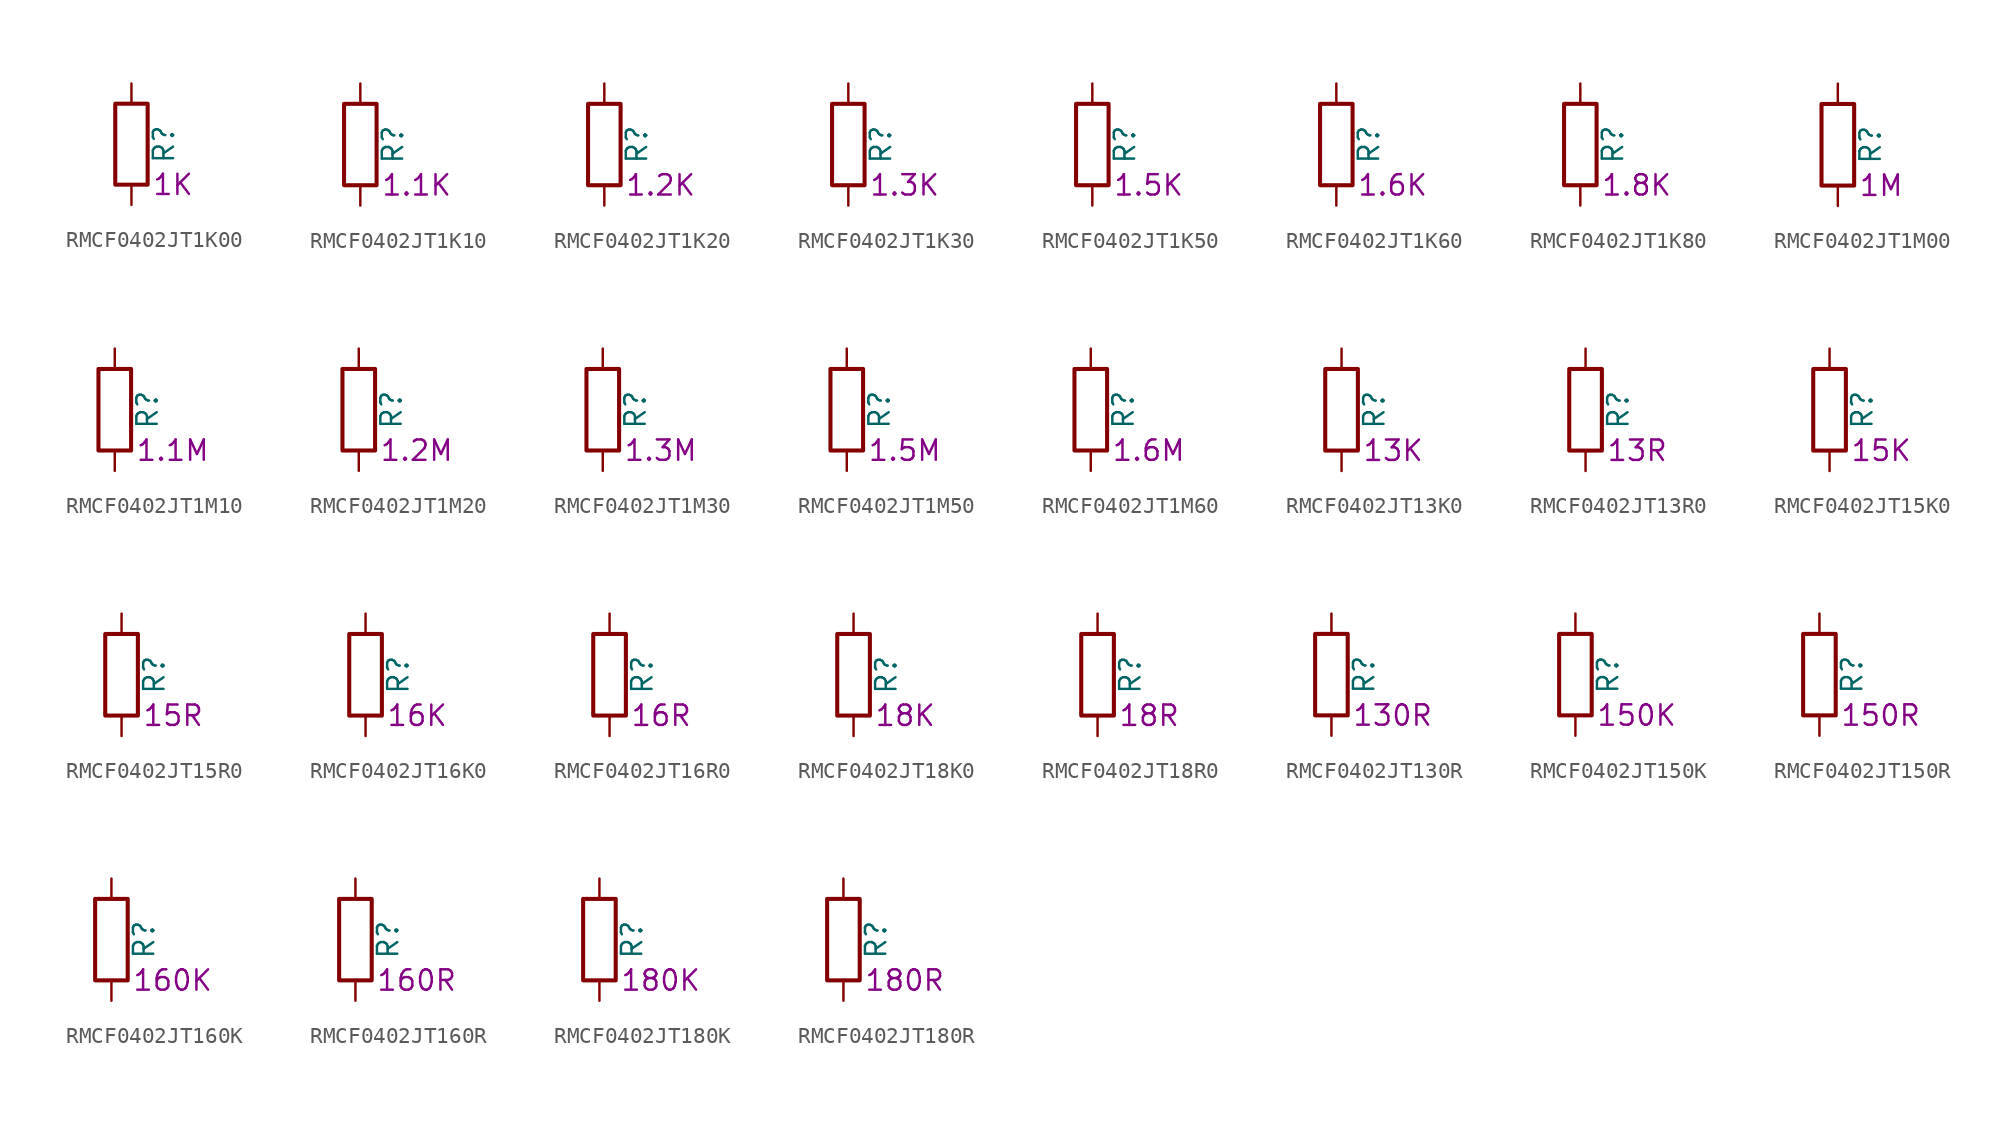
<source format=kicad_sym>
(kicad_symbol_lib
  (version 20220914)
  (generator kicad_symbol_editor)
  (symbol "RMCF0402JT1K00"
    (pin_numbers hide)
    (pin_names
      (offset 0))
    (property "Reference" "R"
      (at 2.032 0 90)
      (effects (font (size 1.27 1.27))))
    (property "Resistance" "1K"
      (at 1.27 -2.54 0)
      (effects (font (size 1.27 1.27)) (justify left)))
    (symbol "RMCF0402JT1K00_0_1"
      (rectangle (start -1.016 -2.54) (end 1.016 2.54) (stroke (width 0.254) (type default)) (fill (type none))))
    (symbol "RMCF0402JT1K00_1_1"
      (pin passive line (at 0 3.81 270) (length 1.27) (name "~" (effects (font (size 1.27 1.27)))) (number "1" (effects (font (size 1.27 1.27)))))
      (pin passive line (at 0 -3.81 90) (length 1.27) (name "~" (effects (font (size 1.27 1.27)))) (number "2" (effects (font (size 1.27 1.27)))))))
  (symbol "RMCF0402JT1K10"
    (pin_numbers hide)
    (pin_names
      (offset 0))
    (property "Reference" "R"
      (at 2.032 0 90)
      (effects (font (size 1.27 1.27))))
    (property "Resistance" "1.1K"
      (at 1.27 -2.54 0)
      (effects (font (size 1.27 1.27)) (justify left)))
    (symbol "RMCF0402JT1K10_0_1"
      (rectangle (start -1.016 -2.54) (end 1.016 2.54) (stroke (width 0.254) (type default)) (fill (type none))))
    (symbol "RMCF0402JT1K10_1_1"
      (pin passive line (at 0 3.81 270) (length 1.27) (name "~" (effects (font (size 1.27 1.27)))) (number "1" (effects (font (size 1.27 1.27)))))
      (pin passive line (at 0 -3.81 90) (length 1.27) (name "~" (effects (font (size 1.27 1.27)))) (number "2" (effects (font (size 1.27 1.27)))))))
  (symbol "RMCF0402JT1K20"
    (pin_numbers hide)
    (pin_names
      (offset 0))
    (property "Reference" "R"
      (at 2.032 0 90)
      (effects (font (size 1.27 1.27))))
    (property "Resistance" "1.2K"
      (at 1.27 -2.54 0)
      (effects (font (size 1.27 1.27)) (justify left)))
    (symbol "RMCF0402JT1K20_0_1"
      (rectangle (start -1.016 -2.54) (end 1.016 2.54) (stroke (width 0.254) (type default)) (fill (type none))))
    (symbol "RMCF0402JT1K20_1_1"
      (pin passive line (at 0 3.81 270) (length 1.27) (name "~" (effects (font (size 1.27 1.27)))) (number "1" (effects (font (size 1.27 1.27)))))
      (pin passive line (at 0 -3.81 90) (length 1.27) (name "~" (effects (font (size 1.27 1.27)))) (number "2" (effects (font (size 1.27 1.27)))))))
  (symbol "RMCF0402JT1K30"
    (pin_numbers hide)
    (pin_names
      (offset 0))
    (property "Reference" "R"
      (at 2.032 0 90)
      (effects (font (size 1.27 1.27))))
    (property "Resistance" "1.3K"
      (at 1.27 -2.54 0)
      (effects (font (size 1.27 1.27)) (justify left)))
    (symbol "RMCF0402JT1K30_0_1"
      (rectangle (start -1.016 -2.54) (end 1.016 2.54) (stroke (width 0.254) (type default)) (fill (type none))))
    (symbol "RMCF0402JT1K30_1_1"
      (pin passive line (at 0 3.81 270) (length 1.27) (name "~" (effects (font (size 1.27 1.27)))) (number "1" (effects (font (size 1.27 1.27)))))
      (pin passive line (at 0 -3.81 90) (length 1.27) (name "~" (effects (font (size 1.27 1.27)))) (number "2" (effects (font (size 1.27 1.27)))))))
  (symbol "RMCF0402JT1K50"
    (pin_numbers hide)
    (pin_names
      (offset 0))
    (property "Reference" "R"
      (at 2.032 0 90)
      (effects (font (size 1.27 1.27))))
    (property "Resistance" "1.5K"
      (at 1.27 -2.54 0)
      (effects (font (size 1.27 1.27)) (justify left)))
    (symbol "RMCF0402JT1K50_0_1"
      (rectangle (start -1.016 -2.54) (end 1.016 2.54) (stroke (width 0.254) (type default)) (fill (type none))))
    (symbol "RMCF0402JT1K50_1_1"
      (pin passive line (at 0 3.81 270) (length 1.27) (name "~" (effects (font (size 1.27 1.27)))) (number "1" (effects (font (size 1.27 1.27)))))
      (pin passive line (at 0 -3.81 90) (length 1.27) (name "~" (effects (font (size 1.27 1.27)))) (number "2" (effects (font (size 1.27 1.27)))))))
  (symbol "RMCF0402JT1K60"
    (pin_numbers hide)
    (pin_names
      (offset 0))
    (property "Reference" "R"
      (at 2.032 0 90)
      (effects (font (size 1.27 1.27))))
    (property "Resistance" "1.6K"
      (at 1.27 -2.54 0)
      (effects (font (size 1.27 1.27)) (justify left)))
    (symbol "RMCF0402JT1K60_0_1"
      (rectangle (start -1.016 -2.54) (end 1.016 2.54) (stroke (width 0.254) (type default)) (fill (type none))))
    (symbol "RMCF0402JT1K60_1_1"
      (pin passive line (at 0 3.81 270) (length 1.27) (name "~" (effects (font (size 1.27 1.27)))) (number "1" (effects (font (size 1.27 1.27)))))
      (pin passive line (at 0 -3.81 90) (length 1.27) (name "~" (effects (font (size 1.27 1.27)))) (number "2" (effects (font (size 1.27 1.27)))))))
  (symbol "RMCF0402JT1K80"
    (pin_numbers hide)
    (pin_names
      (offset 0))
    (property "Reference" "R"
      (at 2.032 0 90)
      (effects (font (size 1.27 1.27))))
    (property "Resistance" "1.8K"
      (at 1.27 -2.54 0)
      (effects (font (size 1.27 1.27)) (justify left)))
    (symbol "RMCF0402JT1K80_0_1"
      (rectangle (start -1.016 -2.54) (end 1.016 2.54) (stroke (width 0.254) (type default)) (fill (type none))))
    (symbol "RMCF0402JT1K80_1_1"
      (pin passive line (at 0 3.81 270) (length 1.27) (name "~" (effects (font (size 1.27 1.27)))) (number "1" (effects (font (size 1.27 1.27)))))
      (pin passive line (at 0 -3.81 90) (length 1.27) (name "~" (effects (font (size 1.27 1.27)))) (number "2" (effects (font (size 1.27 1.27)))))))
  (symbol "RMCF0402JT1M00"
    (pin_numbers hide)
    (pin_names
      (offset 0))
    (property "Reference" "R"
      (at 2.032 0 90)
      (effects (font (size 1.27 1.27))))
    (property "Resistance" "1M"
      (at 1.27 -2.54 0)
      (effects (font (size 1.27 1.27)) (justify left)))
    (symbol "RMCF0402JT1M00_0_1"
      (rectangle (start -1.016 -2.54) (end 1.016 2.54) (stroke (width 0.254) (type default)) (fill (type none))))
    (symbol "RMCF0402JT1M00_1_1"
      (pin passive line (at 0 3.81 270) (length 1.27) (name "~" (effects (font (size 1.27 1.27)))) (number "1" (effects (font (size 1.27 1.27)))))
      (pin passive line (at 0 -3.81 90) (length 1.27) (name "~" (effects (font (size 1.27 1.27)))) (number "2" (effects (font (size 1.27 1.27)))))))
  (symbol "RMCF0402JT1M10"
    (pin_numbers hide)
    (pin_names
      (offset 0))
    (property "Reference" "R"
      (at 2.032 0 90)
      (effects (font (size 1.27 1.27))))
    (property "Resistance" "1.1M"
      (at 1.27 -2.54 0)
      (effects (font (size 1.27 1.27)) (justify left)))
    (symbol "RMCF0402JT1M10_0_1"
      (rectangle (start -1.016 -2.54) (end 1.016 2.54) (stroke (width 0.254) (type default)) (fill (type none))))
    (symbol "RMCF0402JT1M10_1_1"
      (pin passive line (at 0 3.81 270) (length 1.27) (name "~" (effects (font (size 1.27 1.27)))) (number "1" (effects (font (size 1.27 1.27)))))
      (pin passive line (at 0 -3.81 90) (length 1.27) (name "~" (effects (font (size 1.27 1.27)))) (number "2" (effects (font (size 1.27 1.27)))))))
  (symbol "RMCF0402JT1M20"
    (pin_numbers hide)
    (pin_names
      (offset 0))
    (property "Reference" "R"
      (at 2.032 0 90)
      (effects (font (size 1.27 1.27))))
    (property "Resistance" "1.2M"
      (at 1.27 -2.54 0)
      (effects (font (size 1.27 1.27)) (justify left)))
    (symbol "RMCF0402JT1M20_0_1"
      (rectangle (start -1.016 -2.54) (end 1.016 2.54) (stroke (width 0.254) (type default)) (fill (type none))))
    (symbol "RMCF0402JT1M20_1_1"
      (pin passive line (at 0 3.81 270) (length 1.27) (name "~" (effects (font (size 1.27 1.27)))) (number "1" (effects (font (size 1.27 1.27)))))
      (pin passive line (at 0 -3.81 90) (length 1.27) (name "~" (effects (font (size 1.27 1.27)))) (number "2" (effects (font (size 1.27 1.27)))))))
  (symbol "RMCF0402JT1M30"
    (pin_numbers hide)
    (pin_names
      (offset 0))
    (property "Reference" "R"
      (at 2.032 0 90)
      (effects (font (size 1.27 1.27))))
    (property "Resistance" "1.3M"
      (at 1.27 -2.54 0)
      (effects (font (size 1.27 1.27)) (justify left)))
    (symbol "RMCF0402JT1M30_0_1"
      (rectangle (start -1.016 -2.54) (end 1.016 2.54) (stroke (width 0.254) (type default)) (fill (type none))))
    (symbol "RMCF0402JT1M30_1_1"
      (pin passive line (at 0 3.81 270) (length 1.27) (name "~" (effects (font (size 1.27 1.27)))) (number "1" (effects (font (size 1.27 1.27)))))
      (pin passive line (at 0 -3.81 90) (length 1.27) (name "~" (effects (font (size 1.27 1.27)))) (number "2" (effects (font (size 1.27 1.27)))))))
  (symbol "RMCF0402JT1M50"
    (pin_numbers hide)
    (pin_names
      (offset 0))
    (property "Reference" "R"
      (at 2.032 0 90)
      (effects (font (size 1.27 1.27))))
    (property "Resistance" "1.5M"
      (at 1.27 -2.54 0)
      (effects (font (size 1.27 1.27)) (justify left)))
    (symbol "RMCF0402JT1M50_0_1"
      (rectangle (start -1.016 -2.54) (end 1.016 2.54) (stroke (width 0.254) (type default)) (fill (type none))))
    (symbol "RMCF0402JT1M50_1_1"
      (pin passive line (at 0 3.81 270) (length 1.27) (name "~" (effects (font (size 1.27 1.27)))) (number "1" (effects (font (size 1.27 1.27)))))
      (pin passive line (at 0 -3.81 90) (length 1.27) (name "~" (effects (font (size 1.27 1.27)))) (number "2" (effects (font (size 1.27 1.27)))))))
  (symbol "RMCF0402JT1M60"
    (pin_numbers hide)
    (pin_names
      (offset 0))
    (property "Reference" "R"
      (at 2.032 0 90)
      (effects (font (size 1.27 1.27))))
    (property "Resistance" "1.6M"
      (at 1.27 -2.54 0)
      (effects (font (size 1.27 1.27)) (justify left)))
    (symbol "RMCF0402JT1M60_0_1"
      (rectangle (start -1.016 -2.54) (end 1.016 2.54) (stroke (width 0.254) (type default)) (fill (type none))))
    (symbol "RMCF0402JT1M60_1_1"
      (pin passive line (at 0 3.81 270) (length 1.27) (name "~" (effects (font (size 1.27 1.27)))) (number "1" (effects (font (size 1.27 1.27)))))
      (pin passive line (at 0 -3.81 90) (length 1.27) (name "~" (effects (font (size 1.27 1.27)))) (number "2" (effects (font (size 1.27 1.27)))))))
  (symbol "RMCF0402JT13K0"
    (pin_numbers hide)
    (pin_names
      (offset 0))
    (property "Reference" "R"
      (at 2.032 0 90)
      (effects (font (size 1.27 1.27))))
    (property "Resistance" "13K"
      (at 1.27 -2.54 0)
      (effects (font (size 1.27 1.27)) (justify left)))
    (symbol "RMCF0402JT13K0_0_1"
      (rectangle (start -1.016 -2.54) (end 1.016 2.54) (stroke (width 0.254) (type default)) (fill (type none))))
    (symbol "RMCF0402JT13K0_1_1"
      (pin passive line (at 0 3.81 270) (length 1.27) (name "~" (effects (font (size 1.27 1.27)))) (number "1" (effects (font (size 1.27 1.27)))))
      (pin passive line (at 0 -3.81 90) (length 1.27) (name "~" (effects (font (size 1.27 1.27)))) (number "2" (effects (font (size 1.27 1.27)))))))
  (symbol "RMCF0402JT13R0"
    (pin_numbers hide)
    (pin_names
      (offset 0))
    (property "Reference" "R"
      (at 2.032 0 90)
      (effects (font (size 1.27 1.27))))
    (property "Resistance" "13R"
      (at 1.27 -2.54 0)
      (effects (font (size 1.27 1.27)) (justify left)))
    (symbol "RMCF0402JT13R0_0_1"
      (rectangle (start -1.016 -2.54) (end 1.016 2.54) (stroke (width 0.254) (type default)) (fill (type none))))
    (symbol "RMCF0402JT13R0_1_1"
      (pin passive line (at 0 3.81 270) (length 1.27) (name "~" (effects (font (size 1.27 1.27)))) (number "1" (effects (font (size 1.27 1.27)))))
      (pin passive line (at 0 -3.81 90) (length 1.27) (name "~" (effects (font (size 1.27 1.27)))) (number "2" (effects (font (size 1.27 1.27)))))))
  (symbol "RMCF0402JT15K0"
    (pin_numbers hide)
    (pin_names
      (offset 0))
    (property "Reference" "R"
      (at 2.032 0 90)
      (effects (font (size 1.27 1.27))))
    (property "Resistance" "15K"
      (at 1.27 -2.54 0)
      (effects (font (size 1.27 1.27)) (justify left)))
    (symbol "RMCF0402JT15K0_0_1"
      (rectangle (start -1.016 -2.54) (end 1.016 2.54) (stroke (width 0.254) (type default)) (fill (type none))))
    (symbol "RMCF0402JT15K0_1_1"
      (pin passive line (at 0 3.81 270) (length 1.27) (name "~" (effects (font (size 1.27 1.27)))) (number "1" (effects (font (size 1.27 1.27)))))
      (pin passive line (at 0 -3.81 90) (length 1.27) (name "~" (effects (font (size 1.27 1.27)))) (number "2" (effects (font (size 1.27 1.27)))))))
  (symbol "RMCF0402JT15R0"
    (pin_numbers hide)
    (pin_names
      (offset 0))
    (property "Reference" "R"
      (at 2.032 0 90)
      (effects (font (size 1.27 1.27))))
    (property "Resistance" "15R"
      (at 1.27 -2.54 0)
      (effects (font (size 1.27 1.27)) (justify left)))
    (symbol "RMCF0402JT15R0_0_1"
      (rectangle (start -1.016 -2.54) (end 1.016 2.54) (stroke (width 0.254) (type default)) (fill (type none))))
    (symbol "RMCF0402JT15R0_1_1"
      (pin passive line (at 0 3.81 270) (length 1.27) (name "~" (effects (font (size 1.27 1.27)))) (number "1" (effects (font (size 1.27 1.27)))))
      (pin passive line (at 0 -3.81 90) (length 1.27) (name "~" (effects (font (size 1.27 1.27)))) (number "2" (effects (font (size 1.27 1.27)))))))
  (symbol "RMCF0402JT16K0"
    (pin_numbers hide)
    (pin_names
      (offset 0))
    (property "Reference" "R"
      (at 2.032 0 90)
      (effects (font (size 1.27 1.27))))
    (property "Resistance" "16K"
      (at 1.27 -2.54 0)
      (effects (font (size 1.27 1.27)) (justify left)))
    (symbol "RMCF0402JT16K0_0_1"
      (rectangle (start -1.016 -2.54) (end 1.016 2.54) (stroke (width 0.254) (type default)) (fill (type none))))
    (symbol "RMCF0402JT16K0_1_1"
      (pin passive line (at 0 3.81 270) (length 1.27) (name "~" (effects (font (size 1.27 1.27)))) (number "1" (effects (font (size 1.27 1.27)))))
      (pin passive line (at 0 -3.81 90) (length 1.27) (name "~" (effects (font (size 1.27 1.27)))) (number "2" (effects (font (size 1.27 1.27)))))))
  (symbol "RMCF0402JT16R0"
    (pin_numbers hide)
    (pin_names
      (offset 0))
    (property "Reference" "R"
      (at 2.032 0 90)
      (effects (font (size 1.27 1.27))))
    (property "Resistance" "16R"
      (at 1.27 -2.54 0)
      (effects (font (size 1.27 1.27)) (justify left)))
    (symbol "RMCF0402JT16R0_0_1"
      (rectangle (start -1.016 -2.54) (end 1.016 2.54) (stroke (width 0.254) (type default)) (fill (type none))))
    (symbol "RMCF0402JT16R0_1_1"
      (pin passive line (at 0 3.81 270) (length 1.27) (name "~" (effects (font (size 1.27 1.27)))) (number "1" (effects (font (size 1.27 1.27)))))
      (pin passive line (at 0 -3.81 90) (length 1.27) (name "~" (effects (font (size 1.27 1.27)))) (number "2" (effects (font (size 1.27 1.27)))))))
  (symbol "RMCF0402JT18K0"
    (pin_numbers hide)
    (pin_names
      (offset 0))
    (property "Reference" "R"
      (at 2.032 0 90)
      (effects (font (size 1.27 1.27))))
    (property "Resistance" "18K"
      (at 1.27 -2.54 0)
      (effects (font (size 1.27 1.27)) (justify left)))
    (symbol "RMCF0402JT18K0_0_1"
      (rectangle (start -1.016 -2.54) (end 1.016 2.54) (stroke (width 0.254) (type default)) (fill (type none))))
    (symbol "RMCF0402JT18K0_1_1"
      (pin passive line (at 0 3.81 270) (length 1.27) (name "~" (effects (font (size 1.27 1.27)))) (number "1" (effects (font (size 1.27 1.27)))))
      (pin passive line (at 0 -3.81 90) (length 1.27) (name "~" (effects (font (size 1.27 1.27)))) (number "2" (effects (font (size 1.27 1.27)))))))
  (symbol "RMCF0402JT18R0"
    (pin_numbers hide)
    (pin_names
      (offset 0))
    (property "Reference" "R"
      (at 2.032 0 90)
      (effects (font (size 1.27 1.27))))
    (property "Resistance" "18R"
      (at 1.27 -2.54 0)
      (effects (font (size 1.27 1.27)) (justify left)))
    (symbol "RMCF0402JT18R0_0_1"
      (rectangle (start -1.016 -2.54) (end 1.016 2.54) (stroke (width 0.254) (type default)) (fill (type none))))
    (symbol "RMCF0402JT18R0_1_1"
      (pin passive line (at 0 3.81 270) (length 1.27) (name "~" (effects (font (size 1.27 1.27)))) (number "1" (effects (font (size 1.27 1.27)))))
      (pin passive line (at 0 -3.81 90) (length 1.27) (name "~" (effects (font (size 1.27 1.27)))) (number "2" (effects (font (size 1.27 1.27)))))))
  (symbol "RMCF0402JT130R"
    (pin_numbers hide)
    (pin_names
      (offset 0))
    (property "Reference" "R"
      (at 2.032 0 90)
      (effects (font (size 1.27 1.27))))
    (property "Resistance" "130R"
      (at 1.27 -2.54 0)
      (effects (font (size 1.27 1.27)) (justify left)))
    (symbol "RMCF0402JT130R_0_1"
      (rectangle (start -1.016 -2.54) (end 1.016 2.54) (stroke (width 0.254) (type default)) (fill (type none))))
    (symbol "RMCF0402JT130R_1_1"
      (pin passive line (at 0 3.81 270) (length 1.27) (name "~" (effects (font (size 1.27 1.27)))) (number "1" (effects (font (size 1.27 1.27)))))
      (pin passive line (at 0 -3.81 90) (length 1.27) (name "~" (effects (font (size 1.27 1.27)))) (number "2" (effects (font (size 1.27 1.27)))))))
  (symbol "RMCF0402JT150K"
    (pin_numbers hide)
    (pin_names
      (offset 0))
    (property "Reference" "R"
      (at 2.032 0 90)
      (effects (font (size 1.27 1.27))))
    (property "Resistance" "150K"
      (at 1.27 -2.54 0)
      (effects (font (size 1.27 1.27)) (justify left)))
    (symbol "RMCF0402JT150K_0_1"
      (rectangle (start -1.016 -2.54) (end 1.016 2.54) (stroke (width 0.254) (type default)) (fill (type none))))
    (symbol "RMCF0402JT150K_1_1"
      (pin passive line (at 0 3.81 270) (length 1.27) (name "~" (effects (font (size 1.27 1.27)))) (number "1" (effects (font (size 1.27 1.27)))))
      (pin passive line (at 0 -3.81 90) (length 1.27) (name "~" (effects (font (size 1.27 1.27)))) (number "2" (effects (font (size 1.27 1.27)))))))
  (symbol "RMCF0402JT150R"
    (pin_numbers hide)
    (pin_names
      (offset 0))
    (property "Reference" "R"
      (at 2.032 0 90)
      (effects (font (size 1.27 1.27))))
    (property "Resistance" "150R"
      (at 1.27 -2.54 0)
      (effects (font (size 1.27 1.27)) (justify left)))
    (symbol "RMCF0402JT150R_0_1"
      (rectangle (start -1.016 -2.54) (end 1.016 2.54) (stroke (width 0.254) (type default)) (fill (type none))))
    (symbol "RMCF0402JT150R_1_1"
      (pin passive line (at 0 3.81 270) (length 1.27) (name "~" (effects (font (size 1.27 1.27)))) (number "1" (effects (font (size 1.27 1.27)))))
      (pin passive line (at 0 -3.81 90) (length 1.27) (name "~" (effects (font (size 1.27 1.27)))) (number "2" (effects (font (size 1.27 1.27)))))))
  (symbol "RMCF0402JT160K"
    (pin_numbers hide)
    (pin_names
      (offset 0))
    (property "Reference" "R"
      (at 2.032 0 90)
      (effects (font (size 1.27 1.27))))
    (property "Resistance" "160K"
      (at 1.27 -2.54 0)
      (effects (font (size 1.27 1.27)) (justify left)))
    (symbol "RMCF0402JT160K_0_1"
      (rectangle (start -1.016 -2.54) (end 1.016 2.54) (stroke (width 0.254) (type default)) (fill (type none))))
    (symbol "RMCF0402JT160K_1_1"
      (pin passive line (at 0 3.81 270) (length 1.27) (name "~" (effects (font (size 1.27 1.27)))) (number "1" (effects (font (size 1.27 1.27)))))
      (pin passive line (at 0 -3.81 90) (length 1.27) (name "~" (effects (font (size 1.27 1.27)))) (number "2" (effects (font (size 1.27 1.27)))))))
  (symbol "RMCF0402JT160R"
    (pin_numbers hide)
    (pin_names
      (offset 0))
    (property "Reference" "R"
      (at 2.032 0 90)
      (effects (font (size 1.27 1.27))))
    (property "Resistance" "160R"
      (at 1.27 -2.54 0)
      (effects (font (size 1.27 1.27)) (justify left)))
    (symbol "RMCF0402JT160R_0_1"
      (rectangle (start -1.016 -2.54) (end 1.016 2.54) (stroke (width 0.254) (type default)) (fill (type none))))
    (symbol "RMCF0402JT160R_1_1"
      (pin passive line (at 0 3.81 270) (length 1.27) (name "~" (effects (font (size 1.27 1.27)))) (number "1" (effects (font (size 1.27 1.27)))))
      (pin passive line (at 0 -3.81 90) (length 1.27) (name "~" (effects (font (size 1.27 1.27)))) (number "2" (effects (font (size 1.27 1.27)))))))
  (symbol "RMCF0402JT180K"
    (pin_numbers hide)
    (pin_names
      (offset 0))
    (property "Reference" "R"
      (at 2.032 0 90)
      (effects (font (size 1.27 1.27))))
    (property "Resistance" "180K"
      (at 1.27 -2.54 0)
      (effects (font (size 1.27 1.27)) (justify left)))
    (symbol "RMCF0402JT180K_0_1"
      (rectangle (start -1.016 -2.54) (end 1.016 2.54) (stroke (width 0.254) (type default)) (fill (type none))))
    (symbol "RMCF0402JT180K_1_1"
      (pin passive line (at 0 3.81 270) (length 1.27) (name "~" (effects (font (size 1.27 1.27)))) (number "1" (effects (font (size 1.27 1.27)))))
      (pin passive line (at 0 -3.81 90) (length 1.27) (name "~" (effects (font (size 1.27 1.27)))) (number "2" (effects (font (size 1.27 1.27)))))))
  (symbol "RMCF0402JT180R"
    (pin_numbers hide)
    (pin_names
      (offset 0))
    (property "Reference" "R"
      (at 2.032 0 90)
      (effects (font (size 1.27 1.27))))
    (property "Resistance" "180R"
      (at 1.27 -2.54 0)
      (effects (font (size 1.27 1.27)) (justify left)))
    (symbol "RMCF0402JT180R_0_1"
      (rectangle (start -1.016 -2.54) (end 1.016 2.54) (stroke (width 0.254) (type default)) (fill (type none))))
    (symbol "RMCF0402JT180R_1_1"
      (pin passive line (at 0 3.81 270) (length 1.27) (name "~" (effects (font (size 1.27 1.27)))) (number "1" (effects (font (size 1.27 1.27)))))
      (pin passive line (at 0 -3.81 90) (length 1.27) (name "~" (effects (font (size 1.27 1.27)))) (number "2" (effects (font (size 1.27 1.27))))))))
</source>
